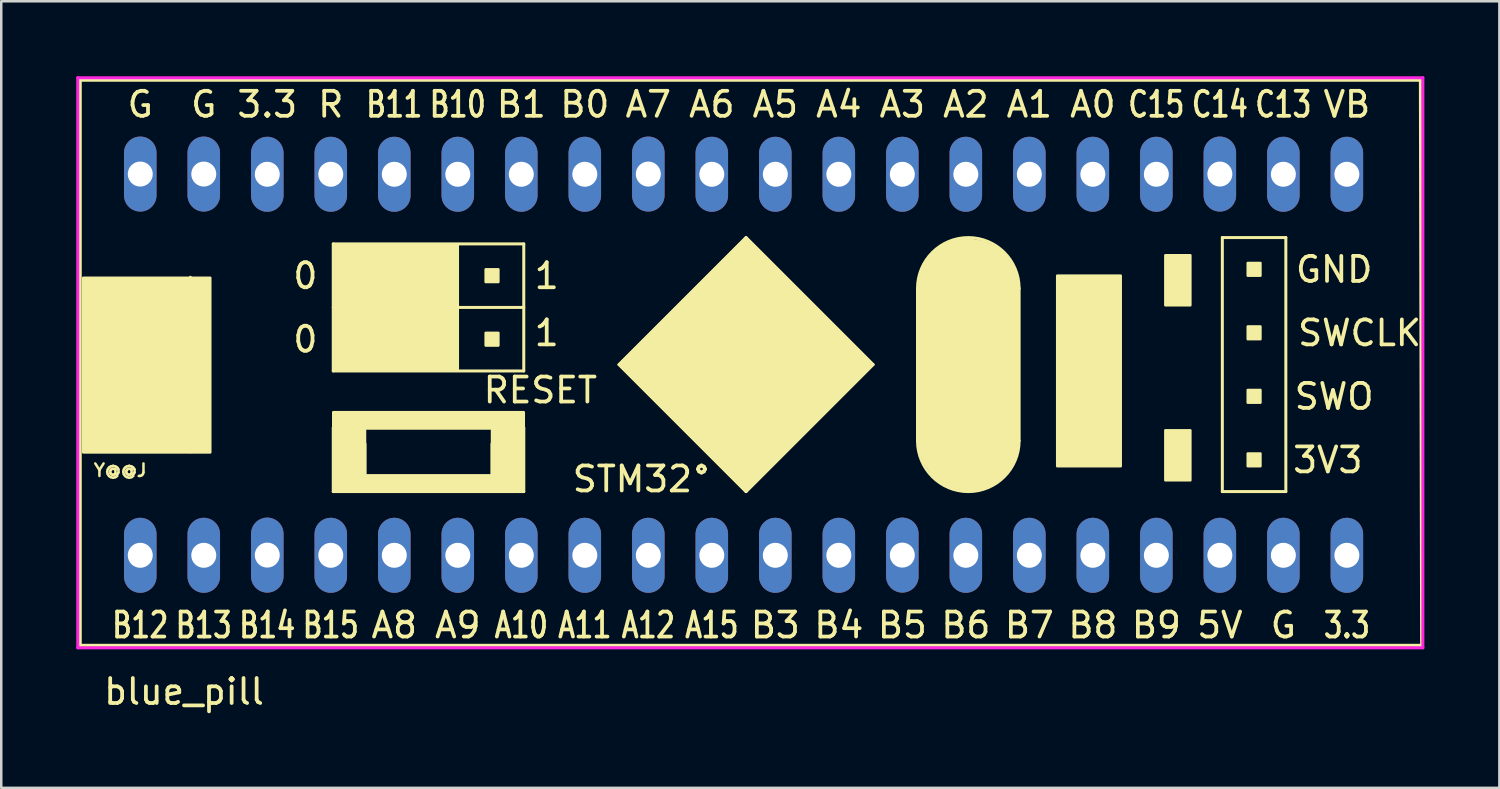
<source format=kicad_pcb>
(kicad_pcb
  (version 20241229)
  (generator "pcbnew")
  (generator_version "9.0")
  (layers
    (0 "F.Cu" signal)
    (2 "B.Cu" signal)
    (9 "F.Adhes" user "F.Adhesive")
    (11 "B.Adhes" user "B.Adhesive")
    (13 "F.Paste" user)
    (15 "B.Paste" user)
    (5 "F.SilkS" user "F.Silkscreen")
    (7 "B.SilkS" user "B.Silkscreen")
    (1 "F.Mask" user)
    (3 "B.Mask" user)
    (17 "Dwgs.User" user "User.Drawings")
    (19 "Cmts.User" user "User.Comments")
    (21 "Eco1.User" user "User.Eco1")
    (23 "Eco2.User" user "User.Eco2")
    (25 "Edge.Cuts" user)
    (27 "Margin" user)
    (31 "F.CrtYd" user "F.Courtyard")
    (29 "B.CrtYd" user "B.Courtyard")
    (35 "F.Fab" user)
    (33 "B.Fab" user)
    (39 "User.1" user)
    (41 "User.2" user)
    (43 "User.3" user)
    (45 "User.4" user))
  (footprint "blue_pill"
    (layer "F.Cu")
    (at 2.56 19.16)
    (property "Reference" "blue_pill" (at 1.75 5.453 180) (layer "F.SilkS") (effects (font (size 1 1) (thickness 0.15))))
    (attr through_hole)
    (fp_line (start -2.4 -19) (end 51.2 -19) (stroke (width 0.12) (type solid)) (layer "F.SilkS"))
    (fp_line (start -2.4 3.6) (end -2.4 -19) (stroke (width 0.12) (type solid)) (layer "F.SilkS"))
    (fp_line (start 2.004 -4.135) (end 2.004 -11.12) (stroke (width 0.12) (type solid)) (layer "F.SilkS"))
    (fp_line (start 7.719 -12.454) (end 7.719 -7.374) (stroke (width 0.12) (type solid)) (layer "F.SilkS"))
    (fp_line (start 7.719 -9.914) (end 15.339 -9.914) (stroke (width 0.12) (type solid)) (layer "F.SilkS"))
    (fp_line (start 7.719 -7.374) (end 15.339 -7.374) (stroke (width 0.12) (type solid)) (layer "F.SilkS"))
    (fp_line (start 7.719 -5.088) (end 15.339 -5.088) (stroke (width 0.12) (type solid)) (layer "F.SilkS"))
    (fp_line (start 7.719 -2.548) (end 7.719 -5.088) (stroke (width 0.12) (type solid)) (layer "F.SilkS"))
    (fp_line (start 8.989 -3.183) (end 8.989 -4.453) (stroke (width 0.12) (type solid)) (layer "F.SilkS"))
    (fp_line (start 14.069 -4.453) (end 14.069 -3.183) (stroke (width 0.12) (type solid)) (layer "F.SilkS"))
    (fp_line (start 14.069 -3.183) (end 8.989 -3.183) (stroke (width 0.12) (type solid)) (layer "F.SilkS"))
    (fp_line (start 15.339 -12.454) (end 7.719 -12.454) (stroke (width 0.12) (type solid)) (layer "F.SilkS"))
    (fp_line (start 15.339 -7.374) (end 15.339 -12.454) (stroke (width 0.12) (type solid)) (layer "F.SilkS"))
    (fp_line (start 15.339 -5.088) (end 15.339 -2.548) (stroke (width 0.12) (type solid)) (layer "F.SilkS"))
    (fp_line (start 15.339 -2.548) (end 7.719 -2.548) (stroke (width 0.12) (type solid)) (layer "F.SilkS"))
    (fp_line (start 19.149 -7.628) (end 24.229 -12.708) (stroke (width 0.12) (type solid)) (layer "F.SilkS"))
    (fp_line (start 24.229 -12.708) (end 29.309 -7.628) (stroke (width 0.12) (type solid)) (layer "F.SilkS"))
    (fp_line (start 24.229 -2.548) (end 19.149 -7.628) (stroke (width 0.12) (type solid)) (layer "F.SilkS"))
    (fp_line (start 29.309 -7.628) (end 24.229 -2.548) (stroke (width 0.12) (type solid)) (layer "F.SilkS"))
    (fp_line (start 31.087 -4.58) (end 31.087 -10.676) (stroke (width 0.12) (type solid)) (layer "F.SilkS"))
    (fp_line (start 35.151 -4.58) (end 35.151 -10.676) (stroke (width 0.12) (type solid)) (layer "F.SilkS"))
    (fp_line (start 43.279 -12.708) (end 43.279 -2.548) (stroke (width 0.12) (type solid)) (layer "F.SilkS"))
    (fp_line (start 43.279 -2.548) (end 45.819 -2.548) (stroke (width 0.12) (type solid)) (layer "F.SilkS"))
    (fp_line (start 45.819 -12.708) (end 43.279 -12.708) (stroke (width 0.12) (type solid)) (layer "F.SilkS"))
    (fp_line (start 45.819 -2.548) (end 45.819 -12.708) (stroke (width 0.12) (type solid)) (layer "F.SilkS"))
    (fp_line (start 51.2 -19) (end 51.25 3.6) (stroke (width 0.12) (type solid)) (layer "F.SilkS"))
    (fp_line (start 51.25 3.6) (end -2.4 3.6) (stroke (width 0.12) (type solid)) (layer "F.SilkS"))
    (fp_arc (start 31.08706 -10.67562) (mid 33.11906 -12.70762) (end 35.15106 -10.67562) (stroke (width 0.12) (type solid)) (layer "F.SilkS"))
    (fp_arc (start 35.15106 -4.57962) (mid 33.11906 -2.54762) (end 31.08706 -4.57962) (stroke (width 0.12) (type solid)) (layer "F.SilkS"))
    (fp_poly (pts (xy -2.28 -4.115) (xy 2.8 -4.115) (xy 2.8 -11.1) (xy -2.28 -11.1)) (stroke (width 0.1) (type solid)) (fill yes) (layer "F.SilkS"))
    (fp_poly (pts (xy 7.719 -2.548) (xy 7.719 -5.723) (xy 8.989 -5.723) (xy 8.989 -2.548)) (stroke (width 0.1) (type solid)) (fill yes) (layer "F.SilkS"))
    (fp_poly (pts (xy 7.8 -12.4) (xy 12.7 -12.4) (xy 12.7 -7.4) (xy 7.8 -7.4)) (stroke (width 0.1) (type solid)) (fill yes) (layer "F.SilkS"))
    (fp_poly (pts (xy 8.735 -10.93) (xy 9.243 -10.93) (xy 9.243 -11.438) (xy 8.735 -11.438)) (stroke (width 0.1) (type solid)) (fill yes) (layer "F.SilkS"))
    (fp_poly (pts (xy 8.735 -8.39) (xy 8.735 -8.898) (xy 9.243 -8.898) (xy 9.243 -8.39)) (stroke (width 0.1) (type solid)) (fill yes) (layer "F.SilkS"))
    (fp_poly (pts (xy 8.989 -5.088) (xy 8.989 -5.723) (xy 14.069 -5.723) (xy 14.069 -5.088)) (stroke (width 0.1) (type solid)) (fill yes) (layer "F.SilkS"))
    (fp_poly (pts (xy 8.989 -2.548) (xy 8.989 -3.183) (xy 14.069 -3.183) (xy 14.069 -2.548)) (stroke (width 0.1) (type solid)) (fill yes) (layer "F.SilkS"))
    (fp_poly (pts (xy 11.275 -10.93) (xy 11.275 -11.438) (xy 11.783 -11.438) (xy 11.783 -10.93)) (stroke (width 0.1) (type solid)) (fill yes) (layer "F.SilkS"))
    (fp_poly (pts (xy 11.275 -8.39) (xy 11.275 -8.898) (xy 11.783 -8.898) (xy 11.783 -8.39)) (stroke (width 0.1) (type solid)) (fill yes) (layer "F.SilkS"))
    (fp_poly (pts (xy 13.815 -10.93) (xy 13.815 -11.438) (xy 14.323 -11.438) (xy 14.323 -10.93)) (stroke (width 0.1) (type solid)) (fill yes) (layer "F.SilkS"))
    (fp_poly (pts (xy 13.815 -8.39) (xy 14.323 -8.39) (xy 14.323 -8.898) (xy 13.815 -8.898)) (stroke (width 0.1) (type solid)) (fill yes) (layer "F.SilkS"))
    (fp_poly (pts (xy 14.069 -2.548) (xy 14.069 -5.723) (xy 15.339 -5.723) (xy 15.339 -2.548)) (stroke (width 0.1) (type solid)) (fill yes) (layer "F.SilkS"))
    (fp_poly (pts (xy 19.149 -7.628) (xy 24.229 -2.548) (xy 29.309 -7.628) (xy 24.229 -12.708)) (stroke (width 0.1) (type solid)) (fill yes) (layer "F.SilkS"))
    (fp_poly (pts (xy 36.675 -3.564) (xy 36.675 -11.184) (xy 39.215 -11.184) (xy 39.215 -3.564)) (stroke (width 0.1) (type solid)) (fill yes) (layer "F.SilkS"))
    (fp_poly (pts (xy 41 -12) (xy 41 -10) (xy 42 -10) (xy 42 -12)) (stroke (width 0.1) (type solid)) (fill yes) (layer "F.SilkS"))
    (fp_poly (pts (xy 42 -5) (xy 41 -5) (xy 41 -3) (xy 42 -3)) (stroke (width 0.1) (type solid)) (fill yes) (layer "F.SilkS"))
    (fp_poly (pts (xy 44.295 -11.184) (xy 44.803 -11.184) (xy 44.803 -11.692) (xy 44.295 -11.692)) (stroke (width 0.1) (type solid)) (fill yes) (layer "F.SilkS"))
    (fp_poly (pts (xy 44.295 -8.644) (xy 44.803 -8.644) (xy 44.803 -9.152) (xy 44.295 -9.152)) (stroke (width 0.1) (type solid)) (fill yes) (layer "F.SilkS"))
    (fp_poly (pts (xy 44.295 -6.104) (xy 44.803 -6.104) (xy 44.803 -6.612) (xy 44.295 -6.612)) (stroke (width 0.1) (type solid)) (fill yes) (layer "F.SilkS"))
    (fp_poly (pts (xy 44.295 -3.564) (xy 44.803 -3.564) (xy 44.803 -4.072) (xy 44.295 -4.072)) (stroke (width 0.1) (type solid)) (fill yes) (layer "F.SilkS"))
    (fp_poly (pts (xy 31.196 -4.209) (xy 31.35 -3.745) (xy 31.606 -3.362) (xy 31.742 -3.185) (xy 32.057 -2.926) (xy 32.291 -2.799) (xy 32.522 -2.723) (xy 32.827 -2.652) (xy 33.114 -2.598) (xy 33.541 -2.642) (xy 33.891 -2.744) (xy 34.196 -2.936) (xy 34.412 -3.089) (xy 34.638 -3.338) (xy 34.877 -3.627) (xy 34.973 -3.856) (xy 35.019 -4.049) (xy 35.088 -4.514) (xy 35.093 -10.838) (xy 34.966 -11.394) (xy 34.592 -11.979) (xy 34.242 -12.291) (xy 33.726 -12.529) (xy 33.381 -12.592) (xy 33.076 -12.624) (xy 32.743 -12.593) (xy 32.342 -12.484) (xy 32.144 -12.403) (xy 31.92 -12.25) (xy 31.704 -12.029) (xy 31.499 -11.781) (xy 31.255 -11.318) (xy 31.163 -10.843) (xy 31.168 -4.521)) (stroke (width 0.1) (type solid)) (fill yes) (layer "F.SilkS"))
    (fp_line (start -2.5 -19.1) (end -2.5 3.7) (stroke (width 0.12) (type solid)) (layer "F.CrtYd"))
    (fp_line (start -2.5 -19.1) (end 51.3 -19.1) (stroke (width 0.12) (type solid)) (layer "F.CrtYd"))
    (fp_line (start 51.3 -19.1) (end 51.3 3.7) (stroke (width 0.12) (type solid)) (layer "F.CrtYd"))
    (fp_line (start 51.3 3.7) (end -2.5 3.7) (stroke (width 0.12) (type solid)) (layer "F.CrtYd"))
    (fp_text user "R" (at 7.62 -18.034 0) (layer "F.SilkS") (effects (font (size 1 1) (thickness 0.15))))
    (fp_text user "3V3" (at 47.498 -3.81 0) (layer "F.SilkS") (effects (font (size 1 1) (thickness 0.15))))
    (fp_text user "3.3" (at 5.08 -18.034 0) (layer "F.SilkS") (effects (font (size 1 1) (thickness 0.15))))
    (fp_text user "B6" (at 33.02 2.794 0) (layer "F.SilkS") (effects (font (size 1 1) (thickness 0.15))))
    (fp_text user "B14" (at 5.08 2.794 0) (layer "F.SilkS") (effects (font (size 1 0.762) (thickness 0.15))))
    (fp_text user "B8" (at 38.1 2.794 0) (layer "F.SilkS") (effects (font (size 1 1) (thickness 0.15))))
    (fp_text user "A15" (at 22.86 2.794 0) (layer "F.SilkS") (effects (font (size 1 0.762) (thickness 0.15))))
    (fp_text user "GND" (at 47.752 -11.43 0) (layer "F.SilkS") (effects (font (size 1 1) (thickness 0.15))))
    (fp_text user "A0" (at 38.1 -18.034 0) (layer "F.SilkS") (effects (font (size 1 1) (thickness 0.15))))
    (fp_text user "1" (at 16.256 -11.176 0) (layer "F.SilkS") (effects (font (size 1 1) (thickness 0.15))))
    (fp_text user "STM32°" (at 20.066 -3.048 0) (layer "F.SilkS") (effects (font (size 1 1) (thickness 0.15))))
    (fp_text user "SWO" (at 47.752 -6.35 0) (layer "F.SilkS") (effects (font (size 1 1) (thickness 0.15))))
    (fp_text user "A11" (at 17.78 2.794 0) (layer "F.SilkS") (effects (font (size 1 0.762) (thickness 0.15))))
    (fp_text user "A3" (at 30.48 -18.034 0) (layer "F.SilkS") (effects (font (size 1 1) (thickness 0.15))))
    (fp_text user "A6" (at 22.86 -18.034 0) (layer "F.SilkS") (effects (font (size 1 1) (thickness 0.15))))
    (fp_text user "B12" (at 0 2.794 0) (layer "F.SilkS") (effects (font (size 1 0.762) (thickness 0.15))))
    (fp_text user "5V" (at 43.18 2.794 0) (layer "F.SilkS") (effects (font (size 1 1) (thickness 0.15))))
    (fp_text user "G" (at 2.54 -18.034 0) (layer "F.SilkS") (effects (font (size 1 1) (thickness 0.15))))
    (fp_text user "A12" (at 20.32 2.794 0) (layer "F.SilkS") (effects (font (size 1 0.762) (thickness 0.15))))
    (fp_text user "A1" (at 35.56 -18.034 0) (layer "F.SilkS") (effects (font (size 1 1) (thickness 0.15))))
    (fp_text user "0" (at 6.604 -11.176 0) (layer "F.SilkS") (effects (font (size 1 1) (thickness 0.15))))
    (fp_text user "B11" (at 10.16 -18.034 0) (layer "F.SilkS") (effects (font (size 1 0.762) (thickness 0.15))))
    (fp_text user "G" (at 45.72 2.794 0) (layer "F.SilkS") (effects (font (size 1 1) (thickness 0.15))))
    (fp_text user "B7" (at 35.56 2.794 0) (layer "F.SilkS") (effects (font (size 1 1) (thickness 0.15))))
    (fp_text user "A5" (at 25.4 -18.034 0) (layer "F.SilkS") (effects (font (size 1 1) (thickness 0.15))))
    (fp_text user "B9" (at 40.64 2.794 0) (layer "F.SilkS") (effects (font (size 1 1) (thickness 0.15))))
    (fp_text user "3.3" (at 48.26 2.794 0) (layer "F.SilkS") (effects (font (size 1 0.762) (thickness 0.15))))
    (fp_text user "1" (at 16.256 -8.89 0) (layer "F.SilkS") (effects (font (size 1 1) (thickness 0.15))))
    (fp_text user "B1" (at 15.24 -18.034 0) (layer "F.SilkS") (effects (font (size 1 1) (thickness 0.15))))
    (fp_text user "A9" (at 12.7 2.794 0) (layer "F.SilkS") (effects (font (size 1 1) (thickness 0.15))))
    (fp_text user "RESET" (at 16.002 -6.604 0) (layer "F.SilkS") (effects (font (size 1 1) (thickness 0.15))))
    (fp_text user "B0" (at 17.78 -18.034 0) (layer "F.SilkS") (effects (font (size 1 1) (thickness 0.15))))
    (fp_text user "C13" (at 45.72 -18.034 0) (layer "F.SilkS") (effects (font (size 1 0.762) (thickness 0.15))))
    (fp_text user "C15" (at 40.64 -18.034 0) (layer "F.SilkS") (effects (font (size 1 0.762) (thickness 0.15))))
    (fp_text user "A4" (at 27.94 -18.034 0) (layer "F.SilkS") (effects (font (size 1 1) (thickness 0.15))))
    (fp_text user "A10" (at 15.24 2.794 0) (layer "F.SilkS") (effects (font (size 1 0.762) (thickness 0.15))))
    (fp_text user "VB" (at 48.26 -18.034 0) (layer "F.SilkS") (effects (font (size 1 1) (thickness 0.15))))
    (fp_text user "B4" (at 27.94 2.794 0) (layer "F.SilkS") (effects (font (size 1 1) (thickness 0.15))))
    (fp_text user "B3" (at 25.4 2.794 0) (layer "F.SilkS") (effects (font (size 1 1) (thickness 0.15))))
    (fp_text user "B13" (at 2.54 2.794 0) (layer "F.SilkS") (effects (font (size 1 0.762) (thickness 0.15))))
    (fp_text user "G" (at 0 -18.034 0) (layer "F.SilkS") (effects (font (size 1 1) (thickness 0.15))))
    (fp_text user "SWCLK" (at 48.768 -8.89 0) (layer "F.SilkS") (effects (font (size 1 1) (thickness 0.15))))
    (fp_text user "C14" (at 43.18 -18.034 0) (layer "F.SilkS") (effects (font (size 1 0.762) (thickness 0.15))))
    (fp_text user "B15" (at 7.62 2.794 0) (layer "F.SilkS") (effects (font (size 1 0.762) (thickness 0.15))))
    (fp_text user "Y@@J" (at -0.8 -3.4 0) (layer "F.SilkS") (effects (font (size 0.5 0.5) (thickness 0.1))))
    (fp_text user "0" (at 6.604 -8.636 0) (layer "F.SilkS") (effects (font (size 1 1) (thickness 0.15))))
    (fp_text user "A7" (at 20.32 -18.034 0) (layer "F.SilkS") (effects (font (size 1 1) (thickness 0.15))))
    (fp_text user "A8" (at 10.16 2.794 0) (layer "F.SilkS") (effects (font (size 1 1) (thickness 0.15))))
    (fp_text user "B5" (at 30.48 2.794 0) (layer "F.SilkS") (effects (font (size 1 1) (thickness 0.15))))
    (fp_text user "A2" (at 33.02 -18.034 0) (layer "F.SilkS") (effects (font (size 1 1) (thickness 0.15))))
    (fp_text user "B10" (at 12.7 -18.034 0) (layer "F.SilkS") (effects (font (size 1 0.762) (thickness 0.15))))
    (pad "1" thru_hole oval (at 0 0) (size 1.3 3) (drill 1) (layers "*.Cu" "*.Mask"))
    (pad "2" thru_hole oval (at 2.54 0) (size 1.3 3) (drill 1) (layers "*.Cu" "*.Mask"))
    (pad "3" thru_hole oval (at 5.08 -0.008) (size 1.3 3) (drill 1) (layers "*.Cu" "*.Mask"))
    (pad "4" thru_hole oval (at 7.62 0) (size 1.3 3) (drill 1) (layers "*.Cu" "*.Mask"))
    (pad "5" thru_hole oval (at 10.16 0) (size 1.3 3) (drill 1) (layers "*.Cu" "*.Mask"))
    (pad "6" thru_hole oval (at 12.7 0) (size 1.3 3) (drill 1) (layers "*.Cu" "*.Mask"))
    (pad "7" thru_hole oval (at 15.24 0) (size 1.3 3) (drill 1) (layers "*.Cu" "*.Mask"))
    (pad "8" thru_hole oval (at 17.78 0) (size 1.3 3) (drill 1) (layers "*.Cu" "*.Mask"))
    (pad "9" thru_hole oval (at 20.32 0) (size 1.3 3) (drill 1) (layers "*.Cu" "*.Mask"))
    (pad "10" thru_hole oval (at 22.86 0) (size 1.3 3) (drill 1) (layers "*.Cu" "*.Mask"))
    (pad "11" thru_hole oval (at 25.4 0) (size 1.3 3) (drill 1) (layers "*.Cu" "*.Mask"))
    (pad "12" thru_hole oval (at 27.94 0) (size 1.3 3) (drill 1) (layers "*.Cu" "*.Mask"))
    (pad "13" thru_hole oval (at 30.48 -0.008) (size 1.3 3) (drill 1) (layers "*.Cu" "*.Mask"))
    (pad "14" thru_hole oval (at 33.02 0) (size 1.3 3) (drill 1) (layers "*.Cu" "*.Mask"))
    (pad "15" thru_hole oval (at 35.56 0) (size 1.3 3) (drill 1) (layers "*.Cu" "*.Mask"))
    (pad "16" thru_hole oval (at 38.1 0) (size 1.3 3) (drill 1) (layers "*.Cu" "*.Mask"))
    (pad "17" thru_hole oval (at 40.64 0) (size 1.3 3) (drill 1) (layers "*.Cu" "*.Mask"))
    (pad "18" thru_hole oval (at 43.18 0) (size 1.3 3) (drill 1) (layers "*.Cu" "*.Mask"))
    (pad "19" thru_hole oval (at 45.72 0) (size 1.3 3) (drill 1) (layers "*.Cu" "*.Mask"))
    (pad "20" thru_hole oval (at 48.26 0) (size 1.3 3) (drill 1) (layers "*.Cu" "*.Mask"))
    (pad "21" thru_hole oval (at 48.26 -15.24) (size 1.3 3) (drill 1) (layers "*.Cu" "*.Mask"))
    (pad "22" thru_hole oval (at 45.72 -15.24) (size 1.3 3) (drill 1) (layers "*.Cu" "*.Mask"))
    (pad "23" thru_hole oval (at 43.18 -15.248) (size 1.3 3) (drill 1) (layers "*.Cu" "*.Mask"))
    (pad "24" thru_hole oval (at 40.64 -15.24) (size 1.3 3) (drill 1) (layers "*.Cu" "*.Mask"))
    (pad "25" thru_hole oval (at 38.1 -15.24) (size 1.3 3) (drill 1) (layers "*.Cu" "*.Mask"))
    (pad "26" thru_hole oval (at 35.56 -15.24) (size 1.3 3) (drill 1) (layers "*.Cu" "*.Mask"))
    (pad "27" thru_hole oval (at 33.02 -15.24) (size 1.3 3) (drill 1) (layers "*.Cu" "*.Mask"))
    (pad "28" thru_hole oval (at 30.48 -15.24) (size 1.3 3) (drill 1) (layers "*.Cu" "*.Mask"))
    (pad "29" thru_hole oval (at 27.94 -15.24) (size 1.3 3) (drill 1) (layers "*.Cu" "*.Mask"))
    (pad "30" thru_hole oval (at 25.4 -15.24) (size 1.3 3) (drill 1) (layers "*.Cu" "*.Mask"))
    (pad "31" thru_hole oval (at 22.86 -15.24) (size 1.3 3) (drill 1) (layers "*.Cu" "*.Mask"))
    (pad "32" thru_hole oval (at 20.32 -15.248) (size 1.3 3) (drill 1) (layers "*.Cu" "*.Mask"))
    (pad "33" thru_hole oval (at 17.78 -15.24) (size 1.3 3) (drill 1) (layers "*.Cu" "*.Mask"))
    (pad "34" thru_hole oval (at 15.24 -15.24) (size 1.3 3) (drill 1) (layers "*.Cu" "*.Mask"))
    (pad "35" thru_hole oval (at 12.7 -15.24) (size 1.3 3) (drill 1) (layers "*.Cu" "*.Mask"))
    (pad "36" thru_hole oval (at 10.16 -15.24) (size 1.3 3) (drill 1) (layers "*.Cu" "*.Mask"))
    (pad "37" thru_hole oval (at 7.62 -15.24) (size 1.3 3) (drill 1) (layers "*.Cu" "*.Mask"))
    (pad "38" thru_hole oval (at 5.08 -15.24) (size 1.3 3) (drill 1) (layers "*.Cu" "*.Mask"))
    (pad "39" thru_hole oval (at 2.54 -15.248) (size 1.3 3) (drill 1) (layers "*.Cu" "*.Mask"))
    (pad "40" thru_hole oval (at 0 -15.248) (size 1.3 3) (drill 1) (layers "*.Cu" "*.Mask")))
  (gr_rect
    (start -3 -3)
    (end 56.92 28.462)
    (stroke (width 0.1) (type default))
    (fill no)
    (layer "Edge.Cuts")))
</source>
